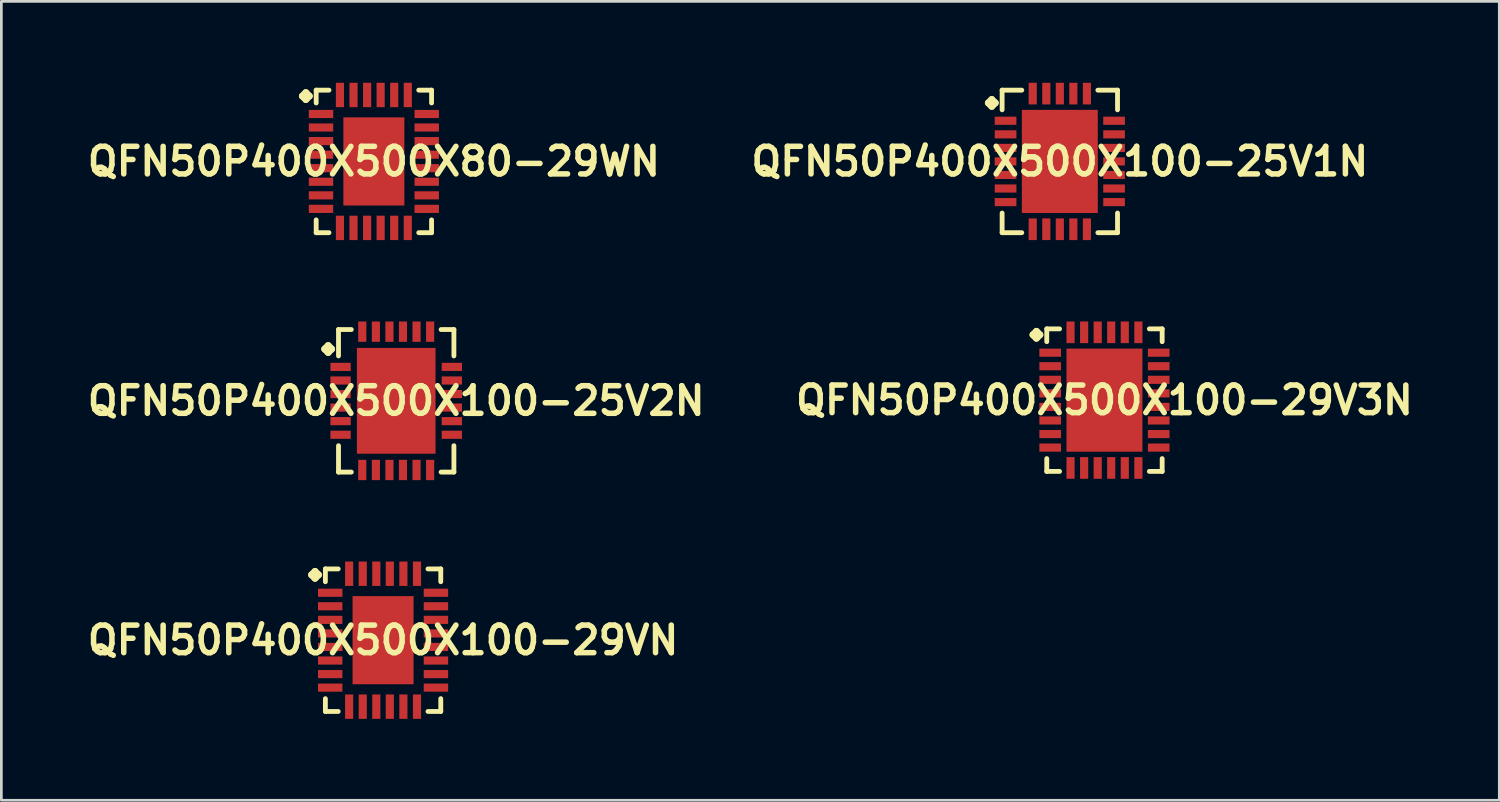
<source format=kicad_pcb>
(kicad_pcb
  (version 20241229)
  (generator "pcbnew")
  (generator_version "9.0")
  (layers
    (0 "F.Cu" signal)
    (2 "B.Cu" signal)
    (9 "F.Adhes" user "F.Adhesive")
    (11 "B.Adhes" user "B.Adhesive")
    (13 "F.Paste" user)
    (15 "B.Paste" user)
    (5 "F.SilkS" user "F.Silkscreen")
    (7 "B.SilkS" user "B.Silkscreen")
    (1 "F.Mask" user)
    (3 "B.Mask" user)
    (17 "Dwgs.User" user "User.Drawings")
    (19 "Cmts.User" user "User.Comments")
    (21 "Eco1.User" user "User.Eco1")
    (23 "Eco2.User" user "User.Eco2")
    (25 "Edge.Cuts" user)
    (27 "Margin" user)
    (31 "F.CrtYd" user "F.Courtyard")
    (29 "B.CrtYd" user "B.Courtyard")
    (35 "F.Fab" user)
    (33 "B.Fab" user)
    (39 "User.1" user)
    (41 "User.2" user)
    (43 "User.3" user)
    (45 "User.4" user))
  (footprint "QFN50P400X500X100-25V1N"
    (layer "F.Cu")
    (at 36.001 2.898)
    (property "Reference" "QFN50P400X500X100-25V1N" (at 0 0 0) (layer "F.SilkS") (effects (font (size 1.016 1.016) (thickness 0.203))))
    (attr smd)
    (fp_line (start -2.634 -2.156) (end -2.507 -2.283) (stroke (width 0.254) (type solid)) (layer "F.SilkS"))
    (fp_line (start -2.507 -2.283) (end -2.38 -2.156) (stroke (width 0.254) (type solid)) (layer "F.SilkS"))
    (fp_line (start -2.507 -2.029) (end -2.634 -2.156) (stroke (width 0.254) (type solid)) (layer "F.SilkS"))
    (fp_line (start -2.38 -2.156) (end -2.507 -2.029) (stroke (width 0.254) (type solid)) (layer "F.SilkS"))
    (fp_line (start -2.126 -2.626) (end -1.402 -2.626) (stroke (width 0.178) (type solid)) (layer "F.SilkS"))
    (fp_line (start -2.126 -1.902) (end -2.126 -2.626) (stroke (width 0.178) (type solid)) (layer "F.SilkS"))
    (fp_line (start -2.126 1.902) (end -2.126 2.626) (stroke (width 0.178) (type solid)) (layer "F.SilkS"))
    (fp_line (start -2.126 2.626) (end -1.402 2.626) (stroke (width 0.178) (type solid)) (layer "F.SilkS"))
    (fp_line (start 1.402 -2.626) (end 2.126 -2.626) (stroke (width 0.178) (type solid)) (layer "F.SilkS"))
    (fp_line (start 1.402 2.626) (end 2.126 2.626) (stroke (width 0.178) (type solid)) (layer "F.SilkS"))
    (fp_line (start 2.126 -2.626) (end 2.126 -1.902) (stroke (width 0.178) (type solid)) (layer "F.SilkS"))
    (fp_line (start 2.126 2.626) (end 2.126 1.902) (stroke (width 0.178) (type solid)) (layer "F.SilkS"))
    (pad "1" smd rect (at -1.999 -1.499) (size 0.798 0.3) (layers "F.Cu" "F.Mask" "F.Paste"))
    (pad "2" smd rect (at -1.999 -0.998) (size 0.798 0.3) (layers "F.Cu" "F.Mask" "F.Paste"))
    (pad "3" smd rect (at -1.999 -0.498) (size 0.798 0.3) (layers "F.Cu" "F.Mask" "F.Paste"))
    (pad "4" smd rect (at -1.999 0) (size 0.798 0.3) (layers "F.Cu" "F.Mask" "F.Paste"))
    (pad "5" smd rect (at -1.999 0.498) (size 0.798 0.3) (layers "F.Cu" "F.Mask" "F.Paste"))
    (pad "6" smd rect (at -1.999 0.998) (size 0.798 0.3) (layers "F.Cu" "F.Mask" "F.Paste"))
    (pad "7" smd rect (at -1.999 1.499) (size 0.798 0.3) (layers "F.Cu" "F.Mask" "F.Paste"))
    (pad "8" smd rect (at -0.998 2.499) (size 0.3 0.798) (layers "F.Cu" "F.Mask" "F.Paste"))
    (pad "9" smd rect (at -0.498 2.499) (size 0.3 0.798) (layers "F.Cu" "F.Mask" "F.Paste"))
    (pad "10" smd rect (at 0 2.499) (size 0.3 0.798) (layers "F.Cu" "F.Mask" "F.Paste"))
    (pad "11" smd rect (at 0.498 2.499) (size 0.3 0.798) (layers "F.Cu" "F.Mask" "F.Paste"))
    (pad "12" smd rect (at 0.998 2.499) (size 0.3 0.798) (layers "F.Cu" "F.Mask" "F.Paste"))
    (pad "13" smd rect (at 1.999 1.499) (size 0.798 0.3) (layers "F.Cu" "F.Mask" "F.Paste"))
    (pad "14" smd rect (at 1.999 0.998) (size 0.798 0.3) (layers "F.Cu" "F.Mask" "F.Paste"))
    (pad "15" smd rect (at 1.999 0.498) (size 0.798 0.3) (layers "F.Cu" "F.Mask" "F.Paste"))
    (pad "16" smd rect (at 1.999 0) (size 0.798 0.3) (layers "F.Cu" "F.Mask" "F.Paste"))
    (pad "17" smd rect (at 1.999 -0.498) (size 0.798 0.3) (layers "F.Cu" "F.Mask" "F.Paste"))
    (pad "18" smd rect (at 1.999 -0.998) (size 0.798 0.3) (layers "F.Cu" "F.Mask" "F.Paste"))
    (pad "19" smd rect (at 1.999 -1.499) (size 0.798 0.3) (layers "F.Cu" "F.Mask" "F.Paste"))
    (pad "20" smd rect (at 0.998 -2.499) (size 0.3 0.798) (layers "F.Cu" "F.Mask" "F.Paste"))
    (pad "21" smd rect (at 0.498 -2.499) (size 0.3 0.798) (layers "F.Cu" "F.Mask" "F.Paste"))
    (pad "22" smd rect (at 0 -2.499) (size 0.3 0.798) (layers "F.Cu" "F.Mask" "F.Paste"))
    (pad "23" smd rect (at -0.498 -2.499) (size 0.3 0.798) (layers "F.Cu" "F.Mask" "F.Paste"))
    (pad "24" smd rect (at -0.998 -2.499) (size 0.3 0.798) (layers "F.Cu" "F.Mask" "F.Paste"))
    (pad "25" smd rect (at 0 0) (size 2.799 3.8) (layers "F.Cu" "F.Mask" "F.Paste")))
  (footprint "QFN50P400X500X80-29WN"
    (layer "F.Cu")
    (at 10.726 2.898)
    (property "Reference" "QFN50P400X500X80-29WN" (at 0 0 0) (layer "F.SilkS") (effects (font (size 1.016 1.016) (thickness 0.203))))
    (attr smd)
    (fp_line (start -2.634 -2.408) (end -2.507 -2.535) (stroke (width 0.254) (type solid)) (layer "F.SilkS"))
    (fp_line (start -2.507 -2.535) (end -2.38 -2.408) (stroke (width 0.254) (type solid)) (layer "F.SilkS"))
    (fp_line (start -2.507 -2.281) (end -2.634 -2.408) (stroke (width 0.254) (type solid)) (layer "F.SilkS"))
    (fp_line (start -2.38 -2.408) (end -2.507 -2.281) (stroke (width 0.254) (type solid)) (layer "F.SilkS"))
    (fp_line (start -2.126 -2.626) (end -1.654 -2.626) (stroke (width 0.178) (type solid)) (layer "F.SilkS"))
    (fp_line (start -2.126 -2.154) (end -2.126 -2.626) (stroke (width 0.178) (type solid)) (layer "F.SilkS"))
    (fp_line (start -2.126 2.154) (end -2.126 2.626) (stroke (width 0.178) (type solid)) (layer "F.SilkS"))
    (fp_line (start -2.126 2.626) (end -1.654 2.626) (stroke (width 0.178) (type solid)) (layer "F.SilkS"))
    (fp_line (start 1.654 -2.626) (end 2.126 -2.626) (stroke (width 0.178) (type solid)) (layer "F.SilkS"))
    (fp_line (start 1.654 2.626) (end 2.126 2.626) (stroke (width 0.178) (type solid)) (layer "F.SilkS"))
    (fp_line (start 2.126 -2.626) (end 2.126 -2.154) (stroke (width 0.178) (type solid)) (layer "F.SilkS"))
    (fp_line (start 2.126 2.626) (end 2.126 2.154) (stroke (width 0.178) (type solid)) (layer "F.SilkS"))
    (pad "1" smd rect (at -1.948 -1.748) (size 0.899 0.3) (layers "F.Cu" "F.Mask" "F.Paste"))
    (pad "2" smd rect (at -1.948 -1.25) (size 0.899 0.3) (layers "F.Cu" "F.Mask" "F.Paste"))
    (pad "3" smd rect (at -1.948 -0.749) (size 0.899 0.3) (layers "F.Cu" "F.Mask" "F.Paste"))
    (pad "4" smd rect (at -1.948 -0.249) (size 0.899 0.3) (layers "F.Cu" "F.Mask" "F.Paste"))
    (pad "5" smd rect (at -1.948 0.249) (size 0.899 0.3) (layers "F.Cu" "F.Mask" "F.Paste"))
    (pad "6" smd rect (at -1.948 0.749) (size 0.899 0.3) (layers "F.Cu" "F.Mask" "F.Paste"))
    (pad "7" smd rect (at -1.948 1.25) (size 0.899 0.3) (layers "F.Cu" "F.Mask" "F.Paste"))
    (pad "8" smd rect (at -1.948 1.748) (size 0.899 0.3) (layers "F.Cu" "F.Mask" "F.Paste"))
    (pad "9" smd rect (at -1.25 2.449) (size 0.3 0.899) (layers "F.Cu" "F.Mask" "F.Paste"))
    (pad "10" smd rect (at -0.749 2.449) (size 0.3 0.899) (layers "F.Cu" "F.Mask" "F.Paste"))
    (pad "11" smd rect (at -0.249 2.449) (size 0.3 0.899) (layers "F.Cu" "F.Mask" "F.Paste"))
    (pad "12" smd rect (at 0.249 2.449) (size 0.3 0.899) (layers "F.Cu" "F.Mask" "F.Paste"))
    (pad "13" smd rect (at 0.749 2.449) (size 0.3 0.899) (layers "F.Cu" "F.Mask" "F.Paste"))
    (pad "14" smd rect (at 1.25 2.449) (size 0.3 0.899) (layers "F.Cu" "F.Mask" "F.Paste"))
    (pad "15" smd rect (at 1.948 1.748) (size 0.899 0.3) (layers "F.Cu" "F.Mask" "F.Paste"))
    (pad "16" smd rect (at 1.948 1.25) (size 0.899 0.3) (layers "F.Cu" "F.Mask" "F.Paste"))
    (pad "17" smd rect (at 1.948 0.749) (size 0.899 0.3) (layers "F.Cu" "F.Mask" "F.Paste"))
    (pad "18" smd rect (at 1.948 0.249) (size 0.899 0.3) (layers "F.Cu" "F.Mask" "F.Paste"))
    (pad "19" smd rect (at 1.948 -0.249) (size 0.899 0.3) (layers "F.Cu" "F.Mask" "F.Paste"))
    (pad "20" smd rect (at 1.948 -0.749) (size 0.899 0.3) (layers "F.Cu" "F.Mask" "F.Paste"))
    (pad "21" smd rect (at 1.948 -1.25) (size 0.899 0.3) (layers "F.Cu" "F.Mask" "F.Paste"))
    (pad "22" smd rect (at 1.948 -1.748) (size 0.899 0.3) (layers "F.Cu" "F.Mask" "F.Paste"))
    (pad "23" smd rect (at 1.25 -2.449) (size 0.3 0.899) (layers "F.Cu" "F.Mask" "F.Paste"))
    (pad "24" smd rect (at 0.749 -2.449) (size 0.3 0.899) (layers "F.Cu" "F.Mask" "F.Paste"))
    (pad "25" smd rect (at 0.249 -2.449) (size 0.3 0.899) (layers "F.Cu" "F.Mask" "F.Paste"))
    (pad "26" smd rect (at -0.249 -2.449) (size 0.3 0.899) (layers "F.Cu" "F.Mask" "F.Paste"))
    (pad "27" smd rect (at -0.749 -2.449) (size 0.3 0.899) (layers "F.Cu" "F.Mask" "F.Paste"))
    (pad "28" smd rect (at -1.25 -2.449) (size 0.3 0.899) (layers "F.Cu" "F.Mask" "F.Paste"))
    (pad "29" smd rect (at 0 0) (size 2.248 3.249) (layers "F.Cu" "F.Mask" "F.Paste")))
  (footprint "QFN50P400X500X100-29V3N"
    (layer "F.Cu")
    (at 37.646 11.694)
    (property "Reference" "QFN50P400X500X100-29V3N" (at 0 0 0) (layer "F.SilkS") (effects (font (size 1.016 1.016) (thickness 0.203))))
    (attr smd)
    (fp_line (start -2.634 -2.408) (end -2.507 -2.535) (stroke (width 0.254) (type solid)) (layer "F.SilkS"))
    (fp_line (start -2.507 -2.535) (end -2.38 -2.408) (stroke (width 0.254) (type solid)) (layer "F.SilkS"))
    (fp_line (start -2.507 -2.281) (end -2.634 -2.408) (stroke (width 0.254) (type solid)) (layer "F.SilkS"))
    (fp_line (start -2.38 -2.408) (end -2.507 -2.281) (stroke (width 0.254) (type solid)) (layer "F.SilkS"))
    (fp_line (start -2.126 -2.626) (end -1.654 -2.626) (stroke (width 0.178) (type solid)) (layer "F.SilkS"))
    (fp_line (start -2.126 -2.154) (end -2.126 -2.626) (stroke (width 0.178) (type solid)) (layer "F.SilkS"))
    (fp_line (start -2.126 2.154) (end -2.126 2.626) (stroke (width 0.178) (type solid)) (layer "F.SilkS"))
    (fp_line (start -2.126 2.626) (end -1.654 2.626) (stroke (width 0.178) (type solid)) (layer "F.SilkS"))
    (fp_line (start 1.654 -2.626) (end 2.126 -2.626) (stroke (width 0.178) (type solid)) (layer "F.SilkS"))
    (fp_line (start 1.654 2.626) (end 2.126 2.626) (stroke (width 0.178) (type solid)) (layer "F.SilkS"))
    (fp_line (start 2.126 -2.626) (end 2.126 -2.154) (stroke (width 0.178) (type solid)) (layer "F.SilkS"))
    (fp_line (start 2.126 2.626) (end 2.126 2.154) (stroke (width 0.178) (type solid)) (layer "F.SilkS"))
    (pad "1" smd rect (at -1.999 -1.748) (size 0.798 0.3) (layers "F.Cu" "F.Mask" "F.Paste"))
    (pad "2" smd rect (at -1.999 -1.25) (size 0.798 0.3) (layers "F.Cu" "F.Mask" "F.Paste"))
    (pad "3" smd rect (at -1.999 -0.749) (size 0.798 0.3) (layers "F.Cu" "F.Mask" "F.Paste"))
    (pad "4" smd rect (at -1.999 -0.249) (size 0.798 0.3) (layers "F.Cu" "F.Mask" "F.Paste"))
    (pad "5" smd rect (at -1.999 0.249) (size 0.798 0.3) (layers "F.Cu" "F.Mask" "F.Paste"))
    (pad "6" smd rect (at -1.999 0.749) (size 0.798 0.3) (layers "F.Cu" "F.Mask" "F.Paste"))
    (pad "7" smd rect (at -1.999 1.25) (size 0.798 0.3) (layers "F.Cu" "F.Mask" "F.Paste"))
    (pad "8" smd rect (at -1.999 1.748) (size 0.798 0.3) (layers "F.Cu" "F.Mask" "F.Paste"))
    (pad "9" smd rect (at -1.25 2.499) (size 0.3 0.798) (layers "F.Cu" "F.Mask" "F.Paste"))
    (pad "10" smd rect (at -0.749 2.499) (size 0.3 0.798) (layers "F.Cu" "F.Mask" "F.Paste"))
    (pad "11" smd rect (at -0.249 2.499) (size 0.3 0.798) (layers "F.Cu" "F.Mask" "F.Paste"))
    (pad "12" smd rect (at 0.249 2.499) (size 0.3 0.798) (layers "F.Cu" "F.Mask" "F.Paste"))
    (pad "13" smd rect (at 0.749 2.499) (size 0.3 0.798) (layers "F.Cu" "F.Mask" "F.Paste"))
    (pad "14" smd rect (at 1.25 2.499) (size 0.3 0.798) (layers "F.Cu" "F.Mask" "F.Paste"))
    (pad "15" smd rect (at 1.999 1.748) (size 0.798 0.3) (layers "F.Cu" "F.Mask" "F.Paste"))
    (pad "16" smd rect (at 1.999 1.25) (size 0.798 0.3) (layers "F.Cu" "F.Mask" "F.Paste"))
    (pad "17" smd rect (at 1.999 0.749) (size 0.798 0.3) (layers "F.Cu" "F.Mask" "F.Paste"))
    (pad "18" smd rect (at 1.999 0.249) (size 0.798 0.3) (layers "F.Cu" "F.Mask" "F.Paste"))
    (pad "19" smd rect (at 1.999 -0.249) (size 0.798 0.3) (layers "F.Cu" "F.Mask" "F.Paste"))
    (pad "20" smd rect (at 1.999 -0.749) (size 0.798 0.3) (layers "F.Cu" "F.Mask" "F.Paste"))
    (pad "21" smd rect (at 1.999 -1.25) (size 0.798 0.3) (layers "F.Cu" "F.Mask" "F.Paste"))
    (pad "22" smd rect (at 1.999 -1.748) (size 0.798 0.3) (layers "F.Cu" "F.Mask" "F.Paste"))
    (pad "23" smd rect (at 1.25 -2.499) (size 0.3 0.798) (layers "F.Cu" "F.Mask" "F.Paste"))
    (pad "24" smd rect (at 0.749 -2.499) (size 0.3 0.798) (layers "F.Cu" "F.Mask" "F.Paste"))
    (pad "25" smd rect (at 0.249 -2.499) (size 0.3 0.798) (layers "F.Cu" "F.Mask" "F.Paste"))
    (pad "26" smd rect (at -0.249 -2.499) (size 0.3 0.798) (layers "F.Cu" "F.Mask" "F.Paste"))
    (pad "27" smd rect (at -0.749 -2.499) (size 0.3 0.798) (layers "F.Cu" "F.Mask" "F.Paste"))
    (pad "28" smd rect (at -1.25 -2.499) (size 0.3 0.798) (layers "F.Cu" "F.Mask" "F.Paste"))
    (pad "29" smd rect (at 0 0) (size 2.799 3.8) (layers "F.Cu" "F.Mask" "F.Paste")))
  (footprint "QFN50P400X500X100-29VN"
    (layer "F.Cu")
    (at 11.065 20.539)
    (property "Reference" "QFN50P400X500X100-29VN" (at 0 0 0) (layer "F.SilkS") (effects (font (size 1.016 1.016) (thickness 0.203))))
    (attr smd)
    (fp_line (start -2.634 -2.408) (end -2.507 -2.535) (stroke (width 0.254) (type solid)) (layer "F.SilkS"))
    (fp_line (start -2.507 -2.535) (end -2.38 -2.408) (stroke (width 0.254) (type solid)) (layer "F.SilkS"))
    (fp_line (start -2.507 -2.281) (end -2.634 -2.408) (stroke (width 0.254) (type solid)) (layer "F.SilkS"))
    (fp_line (start -2.38 -2.408) (end -2.507 -2.281) (stroke (width 0.254) (type solid)) (layer "F.SilkS"))
    (fp_line (start -2.126 -2.626) (end -1.654 -2.626) (stroke (width 0.178) (type solid)) (layer "F.SilkS"))
    (fp_line (start -2.126 -2.154) (end -2.126 -2.626) (stroke (width 0.178) (type solid)) (layer "F.SilkS"))
    (fp_line (start -2.126 2.154) (end -2.126 2.626) (stroke (width 0.178) (type solid)) (layer "F.SilkS"))
    (fp_line (start -2.126 2.626) (end -1.654 2.626) (stroke (width 0.178) (type solid)) (layer "F.SilkS"))
    (fp_line (start 1.654 -2.626) (end 2.126 -2.626) (stroke (width 0.178) (type solid)) (layer "F.SilkS"))
    (fp_line (start 1.654 2.626) (end 2.126 2.626) (stroke (width 0.178) (type solid)) (layer "F.SilkS"))
    (fp_line (start 2.126 -2.626) (end 2.126 -2.154) (stroke (width 0.178) (type solid)) (layer "F.SilkS"))
    (fp_line (start 2.126 2.626) (end 2.126 2.154) (stroke (width 0.178) (type solid)) (layer "F.SilkS"))
    (pad "1" smd rect (at -1.948 -1.748) (size 0.899 0.3) (layers "F.Cu" "F.Mask" "F.Paste"))
    (pad "2" smd rect (at -1.948 -1.25) (size 0.899 0.3) (layers "F.Cu" "F.Mask" "F.Paste"))
    (pad "3" smd rect (at -1.948 -0.749) (size 0.899 0.3) (layers "F.Cu" "F.Mask" "F.Paste"))
    (pad "4" smd rect (at -1.948 -0.249) (size 0.899 0.3) (layers "F.Cu" "F.Mask" "F.Paste"))
    (pad "5" smd rect (at -1.948 0.249) (size 0.899 0.3) (layers "F.Cu" "F.Mask" "F.Paste"))
    (pad "6" smd rect (at -1.948 0.749) (size 0.899 0.3) (layers "F.Cu" "F.Mask" "F.Paste"))
    (pad "7" smd rect (at -1.948 1.25) (size 0.899 0.3) (layers "F.Cu" "F.Mask" "F.Paste"))
    (pad "8" smd rect (at -1.948 1.748) (size 0.899 0.3) (layers "F.Cu" "F.Mask" "F.Paste"))
    (pad "9" smd rect (at -1.25 2.449) (size 0.3 0.899) (layers "F.Cu" "F.Mask" "F.Paste"))
    (pad "10" smd rect (at -0.749 2.449) (size 0.3 0.899) (layers "F.Cu" "F.Mask" "F.Paste"))
    (pad "11" smd rect (at -0.249 2.449) (size 0.3 0.899) (layers "F.Cu" "F.Mask" "F.Paste"))
    (pad "12" smd rect (at 0.249 2.449) (size 0.3 0.899) (layers "F.Cu" "F.Mask" "F.Paste"))
    (pad "13" smd rect (at 0.749 2.449) (size 0.3 0.899) (layers "F.Cu" "F.Mask" "F.Paste"))
    (pad "14" smd rect (at 1.25 2.449) (size 0.3 0.899) (layers "F.Cu" "F.Mask" "F.Paste"))
    (pad "15" smd rect (at 1.948 1.748) (size 0.899 0.3) (layers "F.Cu" "F.Mask" "F.Paste"))
    (pad "16" smd rect (at 1.948 1.25) (size 0.899 0.3) (layers "F.Cu" "F.Mask" "F.Paste"))
    (pad "17" smd rect (at 1.948 0.749) (size 0.899 0.3) (layers "F.Cu" "F.Mask" "F.Paste"))
    (pad "18" smd rect (at 1.948 0.249) (size 0.899 0.3) (layers "F.Cu" "F.Mask" "F.Paste"))
    (pad "19" smd rect (at 1.948 -0.249) (size 0.899 0.3) (layers "F.Cu" "F.Mask" "F.Paste"))
    (pad "20" smd rect (at 1.948 -0.749) (size 0.899 0.3) (layers "F.Cu" "F.Mask" "F.Paste"))
    (pad "21" smd rect (at 1.948 -1.25) (size 0.899 0.3) (layers "F.Cu" "F.Mask" "F.Paste"))
    (pad "22" smd rect (at 1.948 -1.748) (size 0.899 0.3) (layers "F.Cu" "F.Mask" "F.Paste"))
    (pad "23" smd rect (at 1.25 -2.449) (size 0.3 0.899) (layers "F.Cu" "F.Mask" "F.Paste"))
    (pad "24" smd rect (at 0.749 -2.449) (size 0.3 0.899) (layers "F.Cu" "F.Mask" "F.Paste"))
    (pad "25" smd rect (at 0.249 -2.449) (size 0.3 0.899) (layers "F.Cu" "F.Mask" "F.Paste"))
    (pad "26" smd rect (at -0.249 -2.449) (size 0.3 0.899) (layers "F.Cu" "F.Mask" "F.Paste"))
    (pad "27" smd rect (at -0.749 -2.449) (size 0.3 0.899) (layers "F.Cu" "F.Mask" "F.Paste"))
    (pad "28" smd rect (at -1.25 -2.449) (size 0.3 0.899) (layers "F.Cu" "F.Mask" "F.Paste"))
    (pad "29" smd rect (at 0 0) (size 2.248 3.249) (layers "F.Cu" "F.Mask" "F.Paste")))
  (footprint "QFN50P400X500X100-25V2N"
    (layer "F.Cu")
    (at 11.549 11.719)
    (property "Reference" "QFN50P400X500X100-25V2N" (at 0 0 0) (layer "F.SilkS") (effects (font (size 1.016 1.016) (thickness 0.203))))
    (attr smd)
    (fp_line (start -2.634 -1.908) (end -2.507 -2.035) (stroke (width 0.254) (type solid)) (layer "F.SilkS"))
    (fp_line (start -2.507 -2.035) (end -2.38 -1.908) (stroke (width 0.254) (type solid)) (layer "F.SilkS"))
    (fp_line (start -2.507 -1.781) (end -2.634 -1.908) (stroke (width 0.254) (type solid)) (layer "F.SilkS"))
    (fp_line (start -2.38 -1.908) (end -2.507 -1.781) (stroke (width 0.254) (type solid)) (layer "F.SilkS"))
    (fp_line (start -2.126 -2.626) (end -1.654 -2.626) (stroke (width 0.178) (type solid)) (layer "F.SilkS"))
    (fp_line (start -2.126 -1.654) (end -2.126 -2.626) (stroke (width 0.178) (type solid)) (layer "F.SilkS"))
    (fp_line (start -2.126 1.654) (end -2.126 2.626) (stroke (width 0.178) (type solid)) (layer "F.SilkS"))
    (fp_line (start -2.126 2.626) (end -1.654 2.626) (stroke (width 0.178) (type solid)) (layer "F.SilkS"))
    (fp_line (start 1.654 -2.626) (end 2.126 -2.626) (stroke (width 0.178) (type solid)) (layer "F.SilkS"))
    (fp_line (start 1.654 2.626) (end 2.126 2.626) (stroke (width 0.178) (type solid)) (layer "F.SilkS"))
    (fp_line (start 2.126 -2.626) (end 2.126 -1.654) (stroke (width 0.178) (type solid)) (layer "F.SilkS"))
    (fp_line (start 2.126 2.626) (end 2.126 1.654) (stroke (width 0.178) (type solid)) (layer "F.SilkS"))
    (pad "1" smd rect (at -2.05 -1.25) (size 0.749 0.3) (layers "F.Cu" "F.Mask" "F.Paste"))
    (pad "2" smd rect (at -2.05 -0.749) (size 0.749 0.3) (layers "F.Cu" "F.Mask" "F.Paste"))
    (pad "3" smd rect (at -2.05 -0.249) (size 0.749 0.3) (layers "F.Cu" "F.Mask" "F.Paste"))
    (pad "4" smd rect (at -2.05 0.249) (size 0.749 0.3) (layers "F.Cu" "F.Mask" "F.Paste"))
    (pad "5" smd rect (at -2.05 0.749) (size 0.749 0.3) (layers "F.Cu" "F.Mask" "F.Paste"))
    (pad "6" smd rect (at -2.05 1.25) (size 0.749 0.3) (layers "F.Cu" "F.Mask" "F.Paste"))
    (pad "7" smd rect (at -1.25 2.548) (size 0.3 0.749) (layers "F.Cu" "F.Mask" "F.Paste"))
    (pad "8" smd rect (at -0.749 2.548) (size 0.3 0.749) (layers "F.Cu" "F.Mask" "F.Paste"))
    (pad "9" smd rect (at -0.249 2.548) (size 0.3 0.749) (layers "F.Cu" "F.Mask" "F.Paste"))
    (pad "10" smd rect (at 0.249 2.548) (size 0.3 0.749) (layers "F.Cu" "F.Mask" "F.Paste"))
    (pad "11" smd rect (at 0.749 2.548) (size 0.3 0.749) (layers "F.Cu" "F.Mask" "F.Paste"))
    (pad "12" smd rect (at 1.25 2.548) (size 0.3 0.749) (layers "F.Cu" "F.Mask" "F.Paste"))
    (pad "13" smd rect (at 2.05 1.25) (size 0.749 0.3) (layers "F.Cu" "F.Mask" "F.Paste"))
    (pad "14" smd rect (at 2.05 0.749) (size 0.749 0.3) (layers "F.Cu" "F.Mask" "F.Paste"))
    (pad "15" smd rect (at 2.05 0.249) (size 0.749 0.3) (layers "F.Cu" "F.Mask" "F.Paste"))
    (pad "16" smd rect (at 2.05 -0.249) (size 0.749 0.3) (layers "F.Cu" "F.Mask" "F.Paste"))
    (pad "17" smd rect (at 2.05 -0.749) (size 0.749 0.3) (layers "F.Cu" "F.Mask" "F.Paste"))
    (pad "18" smd rect (at 2.05 -1.25) (size 0.749 0.3) (layers "F.Cu" "F.Mask" "F.Paste"))
    (pad "19" smd rect (at 1.25 -2.548) (size 0.3 0.749) (layers "F.Cu" "F.Mask" "F.Paste"))
    (pad "20" smd rect (at 0.749 -2.548) (size 0.3 0.749) (layers "F.Cu" "F.Mask" "F.Paste"))
    (pad "21" smd rect (at 0.249 -2.548) (size 0.3 0.749) (layers "F.Cu" "F.Mask" "F.Paste"))
    (pad "22" smd rect (at -0.249 -2.548) (size 0.3 0.749) (layers "F.Cu" "F.Mask" "F.Paste"))
    (pad "23" smd rect (at -0.749 -2.548) (size 0.3 0.749) (layers "F.Cu" "F.Mask" "F.Paste"))
    (pad "24" smd rect (at -1.25 -2.548) (size 0.3 0.749) (layers "F.Cu" "F.Mask" "F.Paste"))
    (pad "25" smd rect (at 0 0) (size 2.898 3.899) (layers "F.Cu" "F.Mask" "F.Paste")))
  (gr_rect
    (start -3 -3)
    (end 52.194 26.437)
    (stroke (width 0.1) (type default))
    (fill no)
    (layer "Edge.Cuts")))
</source>
